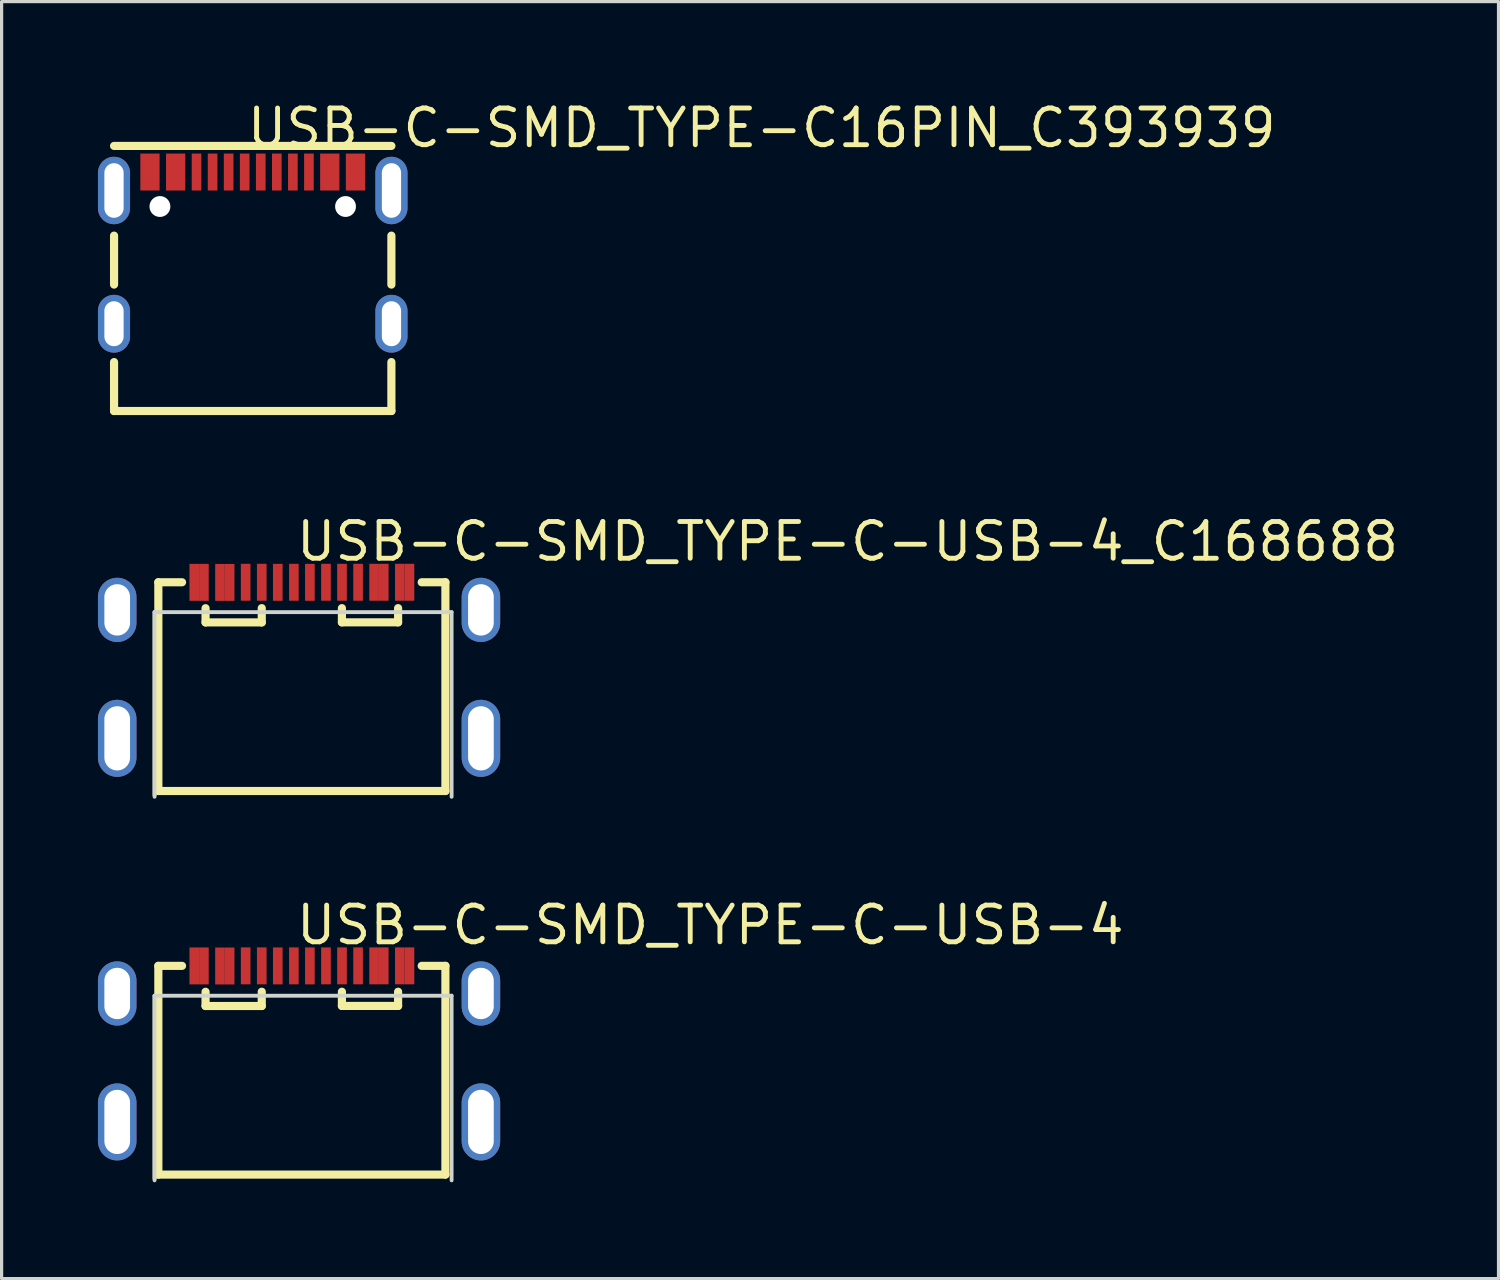
<source format=kicad_pcb>
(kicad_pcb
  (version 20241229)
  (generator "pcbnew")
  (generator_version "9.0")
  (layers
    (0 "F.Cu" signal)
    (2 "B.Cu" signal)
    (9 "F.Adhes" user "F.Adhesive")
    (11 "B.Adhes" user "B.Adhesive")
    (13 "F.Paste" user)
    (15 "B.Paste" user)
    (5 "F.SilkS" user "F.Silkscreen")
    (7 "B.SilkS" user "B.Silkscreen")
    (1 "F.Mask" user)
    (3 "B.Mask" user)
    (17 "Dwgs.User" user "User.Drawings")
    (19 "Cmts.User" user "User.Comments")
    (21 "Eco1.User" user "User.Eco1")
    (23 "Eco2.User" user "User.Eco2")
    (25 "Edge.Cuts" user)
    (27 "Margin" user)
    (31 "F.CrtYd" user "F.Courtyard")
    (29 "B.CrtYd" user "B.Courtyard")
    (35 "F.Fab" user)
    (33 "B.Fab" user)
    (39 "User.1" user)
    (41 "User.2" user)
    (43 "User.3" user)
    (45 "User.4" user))
  (footprint "USB-C-SMD_TYPE-C-USB-4"
    (layer "F.Cu")
    (at 6.263 29.457)
    (property "Reference" "USB-C-SMD_TYPE-C-USB-4" (at -0.166 -3.7 0) (layer "F.SilkS") (effects (font (size 1.143 1.143) (thickness 0.152)) (justify left)))
    (attr smd)
    (fp_line (start -4.5 -1.5) (end -4.5 4.2) (stroke (width 0.12) (type solid)) (layer "F.SilkS"))
    (fp_line (start -4.382 -2.43) (end -3.644 -2.43) (stroke (width 0.254) (type solid)) (layer "F.SilkS"))
    (fp_line (start -4.382 4.07) (end -4.382 -2.43) (stroke (width 0.254) (type solid)) (layer "F.SilkS"))
    (fp_line (start -2.912 -1.18) (end -2.912 -1.622) (stroke (width 0.254) (type solid)) (layer "F.SilkS"))
    (fp_line (start -2.912 -1.18) (end -1.162 -1.18) (stroke (width 0.254) (type solid)) (layer "F.SilkS"))
    (fp_line (start -1.162 -1.18) (end -1.162 -1.624) (stroke (width 0.254) (type solid)) (layer "F.SilkS"))
    (fp_line (start 1.334 -1.182) (end 1.334 -1.624) (stroke (width 0.254) (type solid)) (layer "F.SilkS"))
    (fp_line (start 3.084 -1.182) (end 1.334 -1.182) (stroke (width 0.254) (type solid)) (layer "F.SilkS"))
    (fp_line (start 3.084 -1.182) (end 3.084 -1.624) (stroke (width 0.254) (type solid)) (layer "F.SilkS"))
    (fp_line (start 3.819 -2.43) (end 4.557 -2.43) (stroke (width 0.254) (type solid)) (layer "F.SilkS"))
    (fp_line (start 4.557 -2.43) (end 4.557 4.07) (stroke (width 0.254) (type solid)) (layer "F.SilkS"))
    (fp_line (start 4.557 4.07) (end -4.382 4.07) (stroke (width 0.254) (type solid)) (layer "F.SilkS"))
    (fp_line (start -4.5 -1.5) (end -4.5 4.25) (stroke (width 0.12) (type solid)) (layer "Edge.Cuts"))
    (fp_line (start -4.5 -1.5) (end 4.75 -1.5) (stroke (width 0.12) (type solid)) (layer "Edge.Cuts"))
    (fp_line (start 4.75 -1.5) (end 4.75 4.25) (stroke (width 0.12) (type solid)) (layer "Edge.Cuts"))
    (pad "0" thru_hole oval (at -5.663 -1.57) (size 1.2 2) (drill oval 0.8 1.6) (layers "*.Cu" "*.Paste" "*.Mask"))
    (pad "0" thru_hole oval (at -5.663 2.43) (size 1.2 2.4) (drill oval 0.8 2) (layers "*.Cu" "*.Paste" "*.Mask"))
    (pad "0" thru_hole oval (at 5.663 -1.57) (size 1.2 2) (drill oval 0.8 1.6) (layers "*.Cu" "*.Paste" "*.Mask"))
    (pad "0" thru_hole oval (at 5.663 2.43) (size 1.2 2.4) (drill oval 0.8 2) (layers "*.Cu" "*.Paste" "*.Mask"))
    (pad "A1" smd rect (at -3.263 -2.428) (size 0.3 1.15) (layers "F.Cu" "F.Mask" "F.Paste"))
    (pad "A4" smd rect (at -2.462 -2.426) (size 0.3 1.15) (layers "F.Cu" "F.Mask" "F.Paste"))
    (pad "A5" smd rect (at -1.162 -2.43) (size 0.3 1.15) (layers "F.Cu" "F.Mask" "F.Paste"))
    (pad "A6" smd rect (at -0.162 -2.43) (size 0.3 1.15) (layers "F.Cu" "F.Mask" "F.Paste"))
    (pad "A7" smd rect (at 0.337 -2.428) (size 0.3 1.15) (layers "F.Cu" "F.Mask" "F.Paste"))
    (pad "A8" smd rect (at 1.337 -2.43) (size 0.3 1.15) (layers "F.Cu" "F.Mask" "F.Paste"))
    (pad "A9" smd rect (at 2.638 -2.43) (size 0.3 1.15) (layers "F.Cu" "F.Mask" "F.Paste"))
    (pad "A12" smd rect (at 3.438 -2.43) (size 0.3 1.15) (layers "F.Cu" "F.Mask" "F.Paste"))
    (pad "B1" smd rect (at 3.138 -2.43) (size 0.3 1.15) (layers "F.Cu" "F.Mask" "F.Paste"))
    (pad "B4" smd rect (at 2.337 -2.43) (size 0.3 1.15) (layers "F.Cu" "F.Mask" "F.Paste"))
    (pad "B5" smd rect (at 1.838 -2.43) (size 0.3 1.15) (layers "F.Cu" "F.Mask" "F.Paste"))
    (pad "B6" smd rect (at 0.838 -2.43) (size 0.3 1.15) (layers "F.Cu" "F.Mask" "F.Paste"))
    (pad "B7" smd rect (at -0.663 -2.428) (size 0.3 1.15) (layers "F.Cu" "F.Mask" "F.Paste"))
    (pad "B8" smd rect (at -1.663 -2.43) (size 0.3 1.15) (layers "F.Cu" "F.Mask" "F.Paste"))
    (pad "B9" smd rect (at -2.162 -2.426) (size 0.3 1.15) (layers "F.Cu" "F.Mask" "F.Paste"))
    (pad "B12" smd rect (at -2.963 -2.428) (size 0.3 1.15) (layers "F.Cu" "F.Mask" "F.Paste")))
  (footprint "USB-C-SMD_TYPE-C16PIN_C393939"
    (layer "F.Cu")
    (at 4.82 4.669)
    (property "Reference" "USB-C-SMD_TYPE-C16PIN_C393939" (at -0.252 -3.734 0) (layer "F.SilkS") (effects (font (size 1.143 1.143) (thickness 0.152)) (justify left)))
    (attr smd)
    (fp_line (start -4.318 -3.175) (end 4.318 -3.175) (stroke (width 0.254) (type solid)) (layer "F.SilkS"))
    (fp_line (start -4.318 -0.381) (end -4.318 1.143) (stroke (width 0.254) (type solid)) (layer "F.SilkS"))
    (fp_line (start -4.318 3.556) (end -4.318 5.08) (stroke (width 0.254) (type solid)) (layer "F.SilkS"))
    (fp_line (start -4.318 5.08) (end 4.318 5.08) (stroke (width 0.254) (type solid)) (layer "F.SilkS"))
    (fp_line (start 4.318 1.143) (end 4.318 -0.381) (stroke (width 0.254) (type solid)) (layer "F.SilkS"))
    (fp_line (start 4.318 5.08) (end 4.318 3.556) (stroke (width 0.254) (type solid)) (layer "F.SilkS"))
    (pad "" np_thru_hole circle (at -2.89 -1.288) (size 0.65 0.65) (drill 0.65) (layers "*.Cu" "*.Mask"))
    (pad "" np_thru_hole circle (at 2.89 -1.288) (size 0.65 0.65) (drill 0.65) (layers "*.Cu" "*.Mask"))
    (pad "1" thru_hole oval (at -4.32 -1.787) (size 1 2.1) (drill oval 0.6 1.7) (layers "*.Cu" "*.Paste" "*.Mask"))
    (pad "2" thru_hole oval (at 4.32 -1.787) (size 1 2.1) (drill oval 0.6 1.7) (layers "*.Cu" "*.Paste" "*.Mask"))
    (pad "3" thru_hole oval (at -4.32 2.362) (size 1 1.8) (drill oval 0.6 1.4) (layers "*.Cu" "*.Paste" "*.Mask"))
    (pad "4" thru_hole oval (at 4.32 2.362) (size 1 1.8) (drill oval 0.6 1.4) (layers "*.Cu" "*.Paste" "*.Mask"))
    (pad "A1B12" smd rect (at -3.2 -2.362) (size 0.6 1.15) (layers "F.Cu" "F.Mask" "F.Paste"))
    (pad "A4B9" smd rect (at -2.4 -2.362) (size 0.6 1.15) (layers "F.Cu" "F.Mask" "F.Paste"))
    (pad "A5" smd rect (at -1.25 -2.362) (size 0.3 1.15) (layers "F.Cu" "F.Mask" "F.Paste"))
    (pad "A6" smd rect (at -0.25 -2.362) (size 0.3 1.15) (layers "F.Cu" "F.Mask" "F.Paste"))
    (pad "A7" smd rect (at 0.25 -2.362) (size 0.3 1.15) (layers "F.Cu" "F.Mask" "F.Paste"))
    (pad "A8" smd rect (at -1.75 -2.362) (size 0.3 1.15) (layers "F.Cu" "F.Mask" "F.Paste"))
    (pad "B1A12" smd rect (at 3.2 -2.362) (size 0.6 1.15) (layers "F.Cu" "F.Mask" "F.Paste"))
    (pad "B4A9" smd rect (at 2.4 -2.362) (size 0.6 1.15) (layers "F.Cu" "F.Mask" "F.Paste"))
    (pad "B5" smd rect (at 1.75 -2.362) (size 0.3 1.15) (layers "F.Cu" "F.Mask" "F.Paste"))
    (pad "B6" smd rect (at 0.75 -2.362) (size 0.3 1.15) (layers "F.Cu" "F.Mask" "F.Paste"))
    (pad "B7" smd rect (at -0.75 -2.362) (size 0.3 1.15) (layers "F.Cu" "F.Mask" "F.Paste"))
    (pad "B8" smd rect (at 1.25 -2.362) (size 0.3 1.15) (layers "F.Cu" "F.Mask" "F.Paste")))
  (footprint "USB-C-SMD_TYPE-C-USB-4_C168688"
    (layer "F.Cu")
    (at 6.263 17.512)
    (property "Reference" "USB-C-SMD_TYPE-C-USB-4_C168688" (at -0.166 -3.7 0) (layer "F.SilkS") (effects (font (size 1.143 1.143) (thickness 0.152)) (justify left)))
    (attr smd)
    (fp_line (start -4.5 -1.5) (end -4.5 4.2) (stroke (width 0.12) (type solid)) (layer "F.SilkS"))
    (fp_line (start -4.382 -2.43) (end -3.644 -2.43) (stroke (width 0.254) (type solid)) (layer "F.SilkS"))
    (fp_line (start -4.382 4.07) (end -4.382 -2.43) (stroke (width 0.254) (type solid)) (layer "F.SilkS"))
    (fp_line (start -2.912 -1.18) (end -2.912 -1.622) (stroke (width 0.254) (type solid)) (layer "F.SilkS"))
    (fp_line (start -2.912 -1.18) (end -1.162 -1.18) (stroke (width 0.254) (type solid)) (layer "F.SilkS"))
    (fp_line (start -1.162 -1.18) (end -1.162 -1.624) (stroke (width 0.254) (type solid)) (layer "F.SilkS"))
    (fp_line (start 1.334 -1.182) (end 1.334 -1.624) (stroke (width 0.254) (type solid)) (layer "F.SilkS"))
    (fp_line (start 3.084 -1.182) (end 1.334 -1.182) (stroke (width 0.254) (type solid)) (layer "F.SilkS"))
    (fp_line (start 3.084 -1.182) (end 3.084 -1.624) (stroke (width 0.254) (type solid)) (layer "F.SilkS"))
    (fp_line (start 3.819 -2.43) (end 4.557 -2.43) (stroke (width 0.254) (type solid)) (layer "F.SilkS"))
    (fp_line (start 4.557 -2.43) (end 4.557 4.07) (stroke (width 0.254) (type solid)) (layer "F.SilkS"))
    (fp_line (start 4.557 4.07) (end -4.382 4.07) (stroke (width 0.254) (type solid)) (layer "F.SilkS"))
    (fp_line (start -4.5 -1.5) (end -4.5 4.25) (stroke (width 0.12) (type solid)) (layer "Edge.Cuts"))
    (fp_line (start -4.5 -1.5) (end 4.75 -1.5) (stroke (width 0.12) (type solid)) (layer "Edge.Cuts"))
    (fp_line (start 4.75 -1.5) (end 4.75 4.25) (stroke (width 0.12) (type solid)) (layer "Edge.Cuts"))
    (pad "0" thru_hole oval (at -5.663 -1.57) (size 1.2 2) (drill oval 0.8 1.6) (layers "*.Cu" "*.Paste" "*.Mask"))
    (pad "0" thru_hole oval (at -5.663 2.43) (size 1.2 2.4) (drill oval 0.8 2) (layers "*.Cu" "*.Paste" "*.Mask"))
    (pad "0" thru_hole oval (at 5.663 -1.57) (size 1.2 2) (drill oval 0.8 1.6) (layers "*.Cu" "*.Paste" "*.Mask"))
    (pad "0" thru_hole oval (at 5.663 2.43) (size 1.2 2.4) (drill oval 0.8 2) (layers "*.Cu" "*.Paste" "*.Mask"))
    (pad "A1" smd rect (at -3.263 -2.428) (size 0.3 1.15) (layers "F.Cu" "F.Mask" "F.Paste"))
    (pad "A4" smd rect (at -2.462 -2.426) (size 0.3 1.15) (layers "F.Cu" "F.Mask" "F.Paste"))
    (pad "A5" smd rect (at -1.162 -2.43) (size 0.3 1.15) (layers "F.Cu" "F.Mask" "F.Paste"))
    (pad "A6" smd rect (at -0.162 -2.43) (size 0.3 1.15) (layers "F.Cu" "F.Mask" "F.Paste"))
    (pad "A7" smd rect (at 0.337 -2.428) (size 0.3 1.15) (layers "F.Cu" "F.Mask" "F.Paste"))
    (pad "A8" smd rect (at 1.337 -2.43) (size 0.3 1.15) (layers "F.Cu" "F.Mask" "F.Paste"))
    (pad "A9" smd rect (at 2.638 -2.43) (size 0.3 1.15) (layers "F.Cu" "F.Mask" "F.Paste"))
    (pad "A12" smd rect (at 3.438 -2.43) (size 0.3 1.15) (layers "F.Cu" "F.Mask" "F.Paste"))
    (pad "B1" smd rect (at 3.138 -2.43) (size 0.3 1.15) (layers "F.Cu" "F.Mask" "F.Paste"))
    (pad "B4" smd rect (at 2.337 -2.43) (size 0.3 1.15) (layers "F.Cu" "F.Mask" "F.Paste"))
    (pad "B5" smd rect (at 1.838 -2.43) (size 0.3 1.15) (layers "F.Cu" "F.Mask" "F.Paste"))
    (pad "B6" smd rect (at 0.838 -2.43) (size 0.3 1.15) (layers "F.Cu" "F.Mask" "F.Paste"))
    (pad "B7" smd rect (at -0.663 -2.428) (size 0.3 1.15) (layers "F.Cu" "F.Mask" "F.Paste"))
    (pad "B8" smd rect (at -1.663 -2.43) (size 0.3 1.15) (layers "F.Cu" "F.Mask" "F.Paste"))
    (pad "B9" smd rect (at -2.162 -2.426) (size 0.3 1.15) (layers "F.Cu" "F.Mask" "F.Paste"))
    (pad "B12" smd rect (at -2.963 -2.428) (size 0.3 1.15) (layers "F.Cu" "F.Mask" "F.Paste")))
  (gr_rect
    (start -3 -3)
    (end 43.614 36.767)
    (stroke (width 0.1) (type default))
    (fill no)
    (layer "Edge.Cuts")))
</source>
